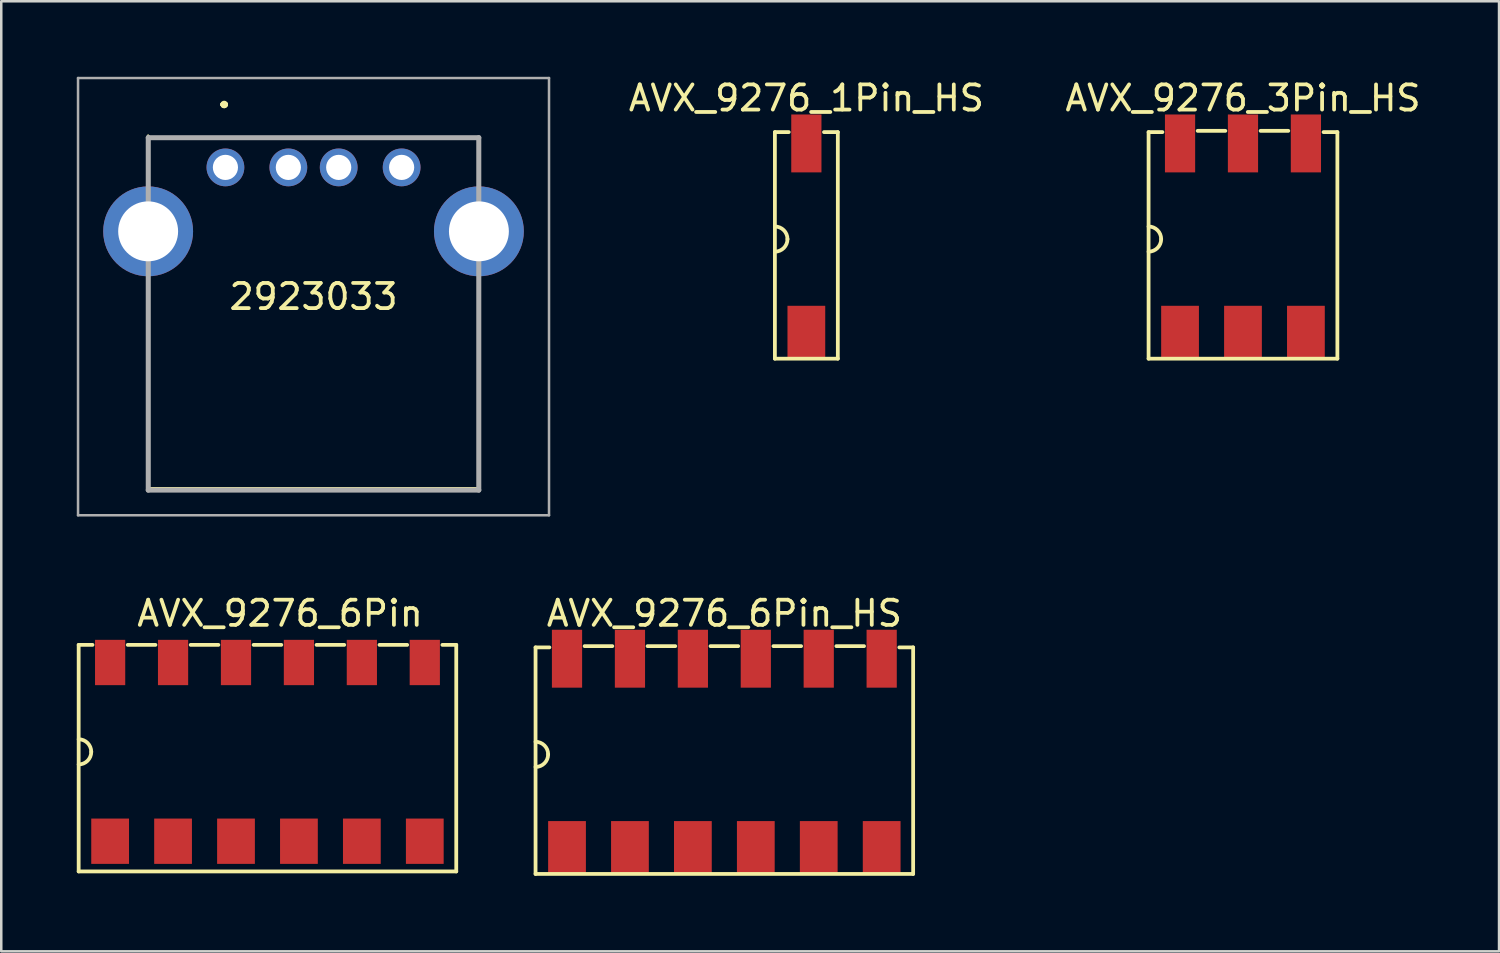
<source format=kicad_pcb>
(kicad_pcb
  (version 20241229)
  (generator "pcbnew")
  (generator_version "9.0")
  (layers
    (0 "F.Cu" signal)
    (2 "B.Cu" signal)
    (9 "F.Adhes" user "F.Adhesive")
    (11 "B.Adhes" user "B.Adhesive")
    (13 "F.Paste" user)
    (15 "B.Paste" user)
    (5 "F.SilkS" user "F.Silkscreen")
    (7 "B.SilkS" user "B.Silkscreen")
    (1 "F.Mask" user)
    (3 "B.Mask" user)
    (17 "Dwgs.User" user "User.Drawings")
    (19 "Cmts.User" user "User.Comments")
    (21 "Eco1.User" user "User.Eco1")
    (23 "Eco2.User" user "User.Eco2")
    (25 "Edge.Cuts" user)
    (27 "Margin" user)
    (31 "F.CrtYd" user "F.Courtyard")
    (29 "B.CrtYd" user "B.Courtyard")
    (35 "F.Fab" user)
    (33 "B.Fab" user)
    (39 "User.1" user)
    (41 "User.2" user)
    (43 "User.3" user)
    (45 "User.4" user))
  (footprint "AVX_9276_1Pin_HS"
    (layer "F.Cu")
    (at 28.983 6.448)
    (property "Reference" "AVX_9276_1Pin_HS" (at 0 -5.6 0) (layer "F.SilkS") (effects (font (size 1 1) (thickness 0.15))))
    (attr through_hole)
    (fp_line (start -1.25 -4.25) (end -1.25 4.75) (stroke (width 0.15) (type solid)) (layer "F.SilkS"))
    (fp_line (start -1.25 -4.25) (end -0.7 -4.25) (stroke (width 0.15) (type solid)) (layer "F.SilkS"))
    (fp_line (start -1.25 4.75) (end 1.25 4.75) (stroke (width 0.15) (type solid)) (layer "F.SilkS"))
    (fp_line (start 1.25 -4.25) (end 0.7 -4.25) (stroke (width 0.15) (type solid)) (layer "F.SilkS"))
    (fp_line (start 1.25 4.75) (end 1.25 -4.25) (stroke (width 0.15) (type solid)) (layer "F.SilkS"))
    (fp_arc (start -1.25 -0.5) (mid -0.896447 -0.353553) (end -0.75 0) (stroke (width 0.15) (type solid)) (layer "F.SilkS"))
    (fp_arc (start -0.75 0) (mid -0.896447 0.353553) (end -1.25 0.5) (stroke (width 0.15) (type solid)) (layer "F.SilkS"))
    (pad "1" smd rect (at 0 -3.8) (size 1.2 2.3) (layers "F.Cu" "F.Mask" "F.Paste"))
    (pad "1" smd rect (at 0 3.7) (size 1.5 2.1) (layers "F.Cu" "F.Mask" "F.Paste")))
  (footprint "2923033"
    (layer "F.Cu")
    (at 5.905 3.6)
    (property "Reference" "2923033" (at 3.5 5.135 0) (layer "F.SilkS") (effects (font (size 1 1) (thickness 0.15))))
    (attr through_hole)
    (fp_line (start -3.07 -1.25) (end -3.07 -1.25) (stroke (width 0.1) (type solid)) (layer "F.SilkS"))
    (fp_line (start -3.07 -1.25) (end -3.07 0) (stroke (width 0.1) (type solid)) (layer "F.SilkS"))
    (fp_line (start -3.07 -1.18) (end -3.07 -1.18) (stroke (width 0.1) (type solid)) (layer "F.SilkS"))
    (fp_line (start -3.07 -1.18) (end 10.07 -1.18) (stroke (width 0.1) (type solid)) (layer "F.SilkS"))
    (fp_line (start -3.07 0) (end -3.07 -1.25) (stroke (width 0.1) (type solid)) (layer "F.SilkS"))
    (fp_line (start -3.07 0) (end -3.07 0) (stroke (width 0.1) (type solid)) (layer "F.SilkS"))
    (fp_line (start -3.07 5.25) (end -3.07 5.25) (stroke (width 0.1) (type solid)) (layer "F.SilkS"))
    (fp_line (start -3.07 5.25) (end -3.07 12.75) (stroke (width 0.1) (type solid)) (layer "F.SilkS"))
    (fp_line (start -3.07 12.75) (end -3.07 5.25) (stroke (width 0.1) (type solid)) (layer "F.SilkS"))
    (fp_line (start -3.07 12.75) (end -3.07 12.75) (stroke (width 0.1) (type solid)) (layer "F.SilkS"))
    (fp_line (start -3.07 12.75) (end 10.07 12.75) (stroke (width 0.1) (type solid)) (layer "F.SilkS"))
    (fp_line (start -3.07 12.82) (end -3.07 12.75) (stroke (width 0.1) (type solid)) (layer "F.SilkS"))
    (fp_line (start -0.1 -2.5) (end -0.1 -2.5) (stroke (width 0.2) (type solid)) (layer "F.SilkS"))
    (fp_line (start -0.1 -2.5) (end -0.1 -2.5) (stroke (width 0.2) (type solid)) (layer "F.SilkS"))
    (fp_line (start 0 -2.5) (end 0 -2.5) (stroke (width 0.2) (type solid)) (layer "F.SilkS"))
    (fp_line (start 10.07 -1.18) (end -3.07 -1.18) (stroke (width 0.1) (type solid)) (layer "F.SilkS"))
    (fp_line (start 10.07 -1.18) (end 10.07 -1.18) (stroke (width 0.1) (type solid)) (layer "F.SilkS"))
    (fp_line (start 10.07 -1.18) (end 10.07 -1.18) (stroke (width 0.1) (type solid)) (layer "F.SilkS"))
    (fp_line (start 10.07 -1.18) (end 10.07 0.25) (stroke (width 0.1) (type solid)) (layer "F.SilkS"))
    (fp_line (start 10.07 0.25) (end 10.07 -1.18) (stroke (width 0.1) (type solid)) (layer "F.SilkS"))
    (fp_line (start 10.07 0.25) (end 10.07 0.25) (stroke (width 0.1) (type solid)) (layer "F.SilkS"))
    (fp_line (start 10.07 5) (end 10.07 5) (stroke (width 0.1) (type solid)) (layer "F.SilkS"))
    (fp_line (start 10.07 5) (end 10.07 12.82) (stroke (width 0.1) (type solid)) (layer "F.SilkS"))
    (fp_line (start 10.07 12.75) (end 10.07 12.82) (stroke (width 0.1) (type solid)) (layer "F.SilkS"))
    (fp_line (start 10.07 12.82) (end -3.07 12.82) (stroke (width 0.1) (type solid)) (layer "F.SilkS"))
    (fp_line (start 10.07 12.82) (end 10.07 5) (stroke (width 0.1) (type solid)) (layer "F.SilkS"))
    (fp_line (start 10.07 12.82) (end 10.07 12.82) (stroke (width 0.1) (type solid)) (layer "F.SilkS"))
    (fp_arc (start -0.1 -2.5) (mid -0.05 -2.55) (end 0 -2.5) (stroke (width 0.2) (type solid)) (layer "F.SilkS"))
    (fp_arc (start 0 -2.5) (mid -0.05 -2.45) (end -0.1 -2.5) (stroke (width 0.2) (type solid)) (layer "F.SilkS"))
    (fp_arc (start 0 -2.5) (mid -0.05 -2.45) (end -0.1 -2.5) (stroke (width 0.2) (type solid)) (layer "F.SilkS"))
    (fp_line (start -5.855 -3.55) (end 12.855 -3.55) (stroke (width 0.1) (type solid)) (layer "F.Fab"))
    (fp_line (start -5.855 13.82) (end -5.855 -3.55) (stroke (width 0.1) (type solid)) (layer "F.Fab"))
    (fp_line (start -3.065 -1.18) (end -3.065 12.82) (stroke (width 0.2) (type solid)) (layer "F.Fab"))
    (fp_line (start -3.065 12.82) (end 10.065 12.82) (stroke (width 0.2) (type solid)) (layer "F.Fab"))
    (fp_line (start 10.065 -1.18) (end -3.065 -1.18) (stroke (width 0.2) (type solid)) (layer "F.Fab"))
    (fp_line (start 10.065 12.82) (end 10.065 -1.18) (stroke (width 0.2) (type solid)) (layer "F.Fab"))
    (fp_line (start 12.855 -3.55) (end 12.855 13.82) (stroke (width 0.1) (type solid)) (layer "F.Fab"))
    (fp_line (start 12.855 13.82) (end -5.855 13.82) (stroke (width 0.1) (type solid)) (layer "F.Fab"))
    (pad "1" thru_hole circle (at 0 0) (size 1.5 1.5) (drill 1) (layers "*.Cu" "*.Mask"))
    (pad "2" thru_hole circle (at 2.5 0) (size 1.5 1.5) (drill 1) (layers "*.Cu" "*.Mask"))
    (pad "3" thru_hole circle (at 4.5 0) (size 1.5 1.5) (drill 1) (layers "*.Cu" "*.Mask"))
    (pad "4" thru_hole circle (at 7 0) (size 1.5 1.5) (drill 1) (layers "*.Cu" "*.Mask"))
    (pad "MH1" thru_hole circle (at -3.07 2.54) (size 3.57 3.57) (drill 2.38) (layers "*.Cu" "*.Mask"))
    (pad "MH2" thru_hole circle (at 10.07 2.54) (size 3.57 3.57) (drill 2.38) (layers "*.Cu" "*.Mask")))
  (footprint "AVX_9276_6Pin"
    (layer "F.Cu")
    (at 7.575 26.818)
    (property "Reference" "AVX_9276_6Pin" (at 0.5 -5.5 0) (layer "F.SilkS") (effects (font (size 1 1) (thickness 0.15))))
    (attr through_hole)
    (fp_line (start -7.5 -4.25) (end -7.5 4.75) (stroke (width 0.15) (type solid)) (layer "F.SilkS"))
    (fp_line (start -7.5 -4.25) (end -6.95 -4.25) (stroke (width 0.15) (type solid)) (layer "F.SilkS"))
    (fp_line (start -7.5 4.75) (end 7.5 4.75) (stroke (width 0.15) (type solid)) (layer "F.SilkS"))
    (fp_line (start -4.45 -4.25) (end -5.55 -4.25) (stroke (width 0.15) (type solid)) (layer "F.SilkS"))
    (fp_line (start -1.95 -4.25) (end -3.05 -4.25) (stroke (width 0.15) (type solid)) (layer "F.SilkS"))
    (fp_line (start 0.55 -4.25) (end -0.55 -4.25) (stroke (width 0.15) (type solid)) (layer "F.SilkS"))
    (fp_line (start 3.05 -4.25) (end 1.95 -4.25) (stroke (width 0.15) (type solid)) (layer "F.SilkS"))
    (fp_line (start 5.55 -4.25) (end 4.45 -4.25) (stroke (width 0.15) (type solid)) (layer "F.SilkS"))
    (fp_line (start 7.5 -4.25) (end 6.95 -4.25) (stroke (width 0.15) (type solid)) (layer "F.SilkS"))
    (fp_line (start 7.5 4.75) (end 7.5 -4.25) (stroke (width 0.15) (type solid)) (layer "F.SilkS"))
    (fp_arc (start -7.5 -0.5) (mid -7.146447 -0.353553) (end -7 0) (stroke (width 0.15) (type solid)) (layer "F.SilkS"))
    (fp_arc (start -7 0) (mid -7.146447 0.353553) (end -7.5 0.5) (stroke (width 0.15) (type solid)) (layer "F.SilkS"))
    (pad "1" smd rect (at -6.25 -3.55) (size 1.2 1.8) (layers "F.Cu" "F.Mask" "F.Paste"))
    (pad "1" smd rect (at -6.25 3.55) (size 1.5 1.8) (layers "F.Cu" "F.Mask" "F.Paste"))
    (pad "2" smd rect (at -3.75 -3.55) (size 1.2 1.8) (layers "F.Cu" "F.Mask" "F.Paste"))
    (pad "2" smd rect (at -3.75 3.55) (size 1.5 1.8) (layers "F.Cu" "F.Mask" "F.Paste"))
    (pad "3" smd rect (at -1.25 -3.55) (size 1.2 1.8) (layers "F.Cu" "F.Mask" "F.Paste"))
    (pad "3" smd rect (at -1.25 3.55) (size 1.5 1.8) (layers "F.Cu" "F.Mask" "F.Paste"))
    (pad "4" smd rect (at 1.25 -3.55) (size 1.2 1.8) (layers "F.Cu" "F.Mask" "F.Paste"))
    (pad "4" smd rect (at 1.25 3.55) (size 1.5 1.8) (layers "F.Cu" "F.Mask" "F.Paste"))
    (pad "5" smd rect (at 3.75 -3.55) (size 1.2 1.8) (layers "F.Cu" "F.Mask" "F.Paste"))
    (pad "5" smd rect (at 3.75 3.55) (size 1.5 1.8) (layers "F.Cu" "F.Mask" "F.Paste"))
    (pad "6" smd rect (at 6.25 -3.55) (size 1.2 1.8) (layers "F.Cu" "F.Mask" "F.Paste"))
    (pad "6" smd rect (at 6.25 3.55) (size 1.5 1.8) (layers "F.Cu" "F.Mask" "F.Paste")))
  (footprint "AVX_9276_3Pin_HS"
    (layer "F.Cu")
    (at 46.328 6.448)
    (property "Reference" "AVX_9276_3Pin_HS" (at 0 -5.6 0) (layer "F.SilkS") (effects (font (size 1 1) (thickness 0.15))))
    (attr through_hole)
    (fp_line (start -3.75 -4.25) (end -3.75 4.75) (stroke (width 0.15) (type solid)) (layer "F.SilkS"))
    (fp_line (start -3.75 -4.25) (end -3.2 -4.25) (stroke (width 0.15) (type solid)) (layer "F.SilkS"))
    (fp_line (start -3.75 4.75) (end 3.75 4.75) (stroke (width 0.15) (type solid)) (layer "F.SilkS"))
    (fp_line (start -0.7 -4.3) (end -1.8 -4.3) (stroke (width 0.15) (type solid)) (layer "F.SilkS"))
    (fp_line (start 1.8 -4.3) (end 0.7 -4.3) (stroke (width 0.15) (type solid)) (layer "F.SilkS"))
    (fp_line (start 3.75 -4.25) (end 3.2 -4.25) (stroke (width 0.15) (type solid)) (layer "F.SilkS"))
    (fp_line (start 3.75 4.75) (end 3.75 -4.25) (stroke (width 0.15) (type solid)) (layer "F.SilkS"))
    (fp_arc (start -3.75 -0.5) (mid -3.396447 -0.353553) (end -3.25 0) (stroke (width 0.15) (type solid)) (layer "F.SilkS"))
    (fp_arc (start -3.25 0) (mid -3.396447 0.353553) (end -3.75 0.5) (stroke (width 0.15) (type solid)) (layer "F.SilkS"))
    (pad "1" smd rect (at -2.5 -3.8) (size 1.2 2.3) (layers "F.Cu" "F.Mask" "F.Paste"))
    (pad "1" smd rect (at -2.5 3.7) (size 1.5 2.1) (layers "F.Cu" "F.Mask" "F.Paste"))
    (pad "2" smd rect (at 0 -3.8) (size 1.2 2.3) (layers "F.Cu" "F.Mask" "F.Paste"))
    (pad "2" smd rect (at 0 3.7) (size 1.5 2.1) (layers "F.Cu" "F.Mask" "F.Paste"))
    (pad "3" smd rect (at 2.5 -3.8) (size 1.2 2.3) (layers "F.Cu" "F.Mask" "F.Paste"))
    (pad "3" smd rect (at 2.5 3.7) (size 1.5 2.1) (layers "F.Cu" "F.Mask" "F.Paste")))
  (footprint "AVX_9276_6Pin_HS"
    (layer "F.Cu")
    (at 25.725 26.918)
    (property "Reference" "AVX_9276_6Pin_HS" (at 0 -5.6 0) (layer "F.SilkS") (effects (font (size 1 1) (thickness 0.15))))
    (attr through_hole)
    (fp_line (start -7.5 -4.25) (end -7.5 4.75) (stroke (width 0.15) (type solid)) (layer "F.SilkS"))
    (fp_line (start -7.5 -4.25) (end -6.95 -4.25) (stroke (width 0.15) (type solid)) (layer "F.SilkS"))
    (fp_line (start -7.5 4.75) (end 7.5 4.75) (stroke (width 0.15) (type solid)) (layer "F.SilkS"))
    (fp_line (start -4.45 -4.3) (end -5.55 -4.3) (stroke (width 0.15) (type solid)) (layer "F.SilkS"))
    (fp_line (start -1.95 -4.3) (end -3.05 -4.3) (stroke (width 0.15) (type solid)) (layer "F.SilkS"))
    (fp_line (start 0.55 -4.3) (end -0.55 -4.3) (stroke (width 0.15) (type solid)) (layer "F.SilkS"))
    (fp_line (start 3.05 -4.3) (end 1.95 -4.3) (stroke (width 0.15) (type solid)) (layer "F.SilkS"))
    (fp_line (start 5.55 -4.3) (end 4.45 -4.3) (stroke (width 0.15) (type solid)) (layer "F.SilkS"))
    (fp_line (start 7.5 -4.25) (end 6.95 -4.25) (stroke (width 0.15) (type solid)) (layer "F.SilkS"))
    (fp_line (start 7.5 4.75) (end 7.5 -4.25) (stroke (width 0.15) (type solid)) (layer "F.SilkS"))
    (fp_arc (start -7.5 -0.5) (mid -7.146447 -0.353553) (end -7 0) (stroke (width 0.15) (type solid)) (layer "F.SilkS"))
    (fp_arc (start -7 0) (mid -7.146447 0.353553) (end -7.5 0.5) (stroke (width 0.15) (type solid)) (layer "F.SilkS"))
    (pad "1" smd rect (at -6.25 -3.8) (size 1.2 2.3) (layers "F.Cu" "F.Mask" "F.Paste"))
    (pad "1" smd rect (at -6.25 3.7) (size 1.5 2.1) (layers "F.Cu" "F.Mask" "F.Paste"))
    (pad "2" smd rect (at -3.75 -3.8) (size 1.2 2.3) (layers "F.Cu" "F.Mask" "F.Paste"))
    (pad "2" smd rect (at -3.75 3.7) (size 1.5 2.1) (layers "F.Cu" "F.Mask" "F.Paste"))
    (pad "3" smd rect (at -1.25 -3.8) (size 1.2 2.3) (layers "F.Cu" "F.Mask" "F.Paste"))
    (pad "3" smd rect (at -1.25 3.7) (size 1.5 2.1) (layers "F.Cu" "F.Mask" "F.Paste"))
    (pad "4" smd rect (at 1.25 -3.8) (size 1.2 2.3) (layers "F.Cu" "F.Mask" "F.Paste"))
    (pad "4" smd rect (at 1.25 3.7) (size 1.5 2.1) (layers "F.Cu" "F.Mask" "F.Paste"))
    (pad "5" smd rect (at 3.75 -3.8) (size 1.2 2.3) (layers "F.Cu" "F.Mask" "F.Paste"))
    (pad "5" smd rect (at 3.75 3.7) (size 1.5 2.1) (layers "F.Cu" "F.Mask" "F.Paste"))
    (pad "6" smd rect (at 6.25 -3.8) (size 1.2 2.3) (layers "F.Cu" "F.Mask" "F.Paste"))
    (pad "6" smd rect (at 6.25 3.7) (size 1.5 2.1) (layers "F.Cu" "F.Mask" "F.Paste")))
  (gr_rect
    (start -3 -3)
    (end 56.5 34.743)
    (stroke (width 0.1) (type default))
    (fill no)
    (layer "Edge.Cuts")))
</source>
